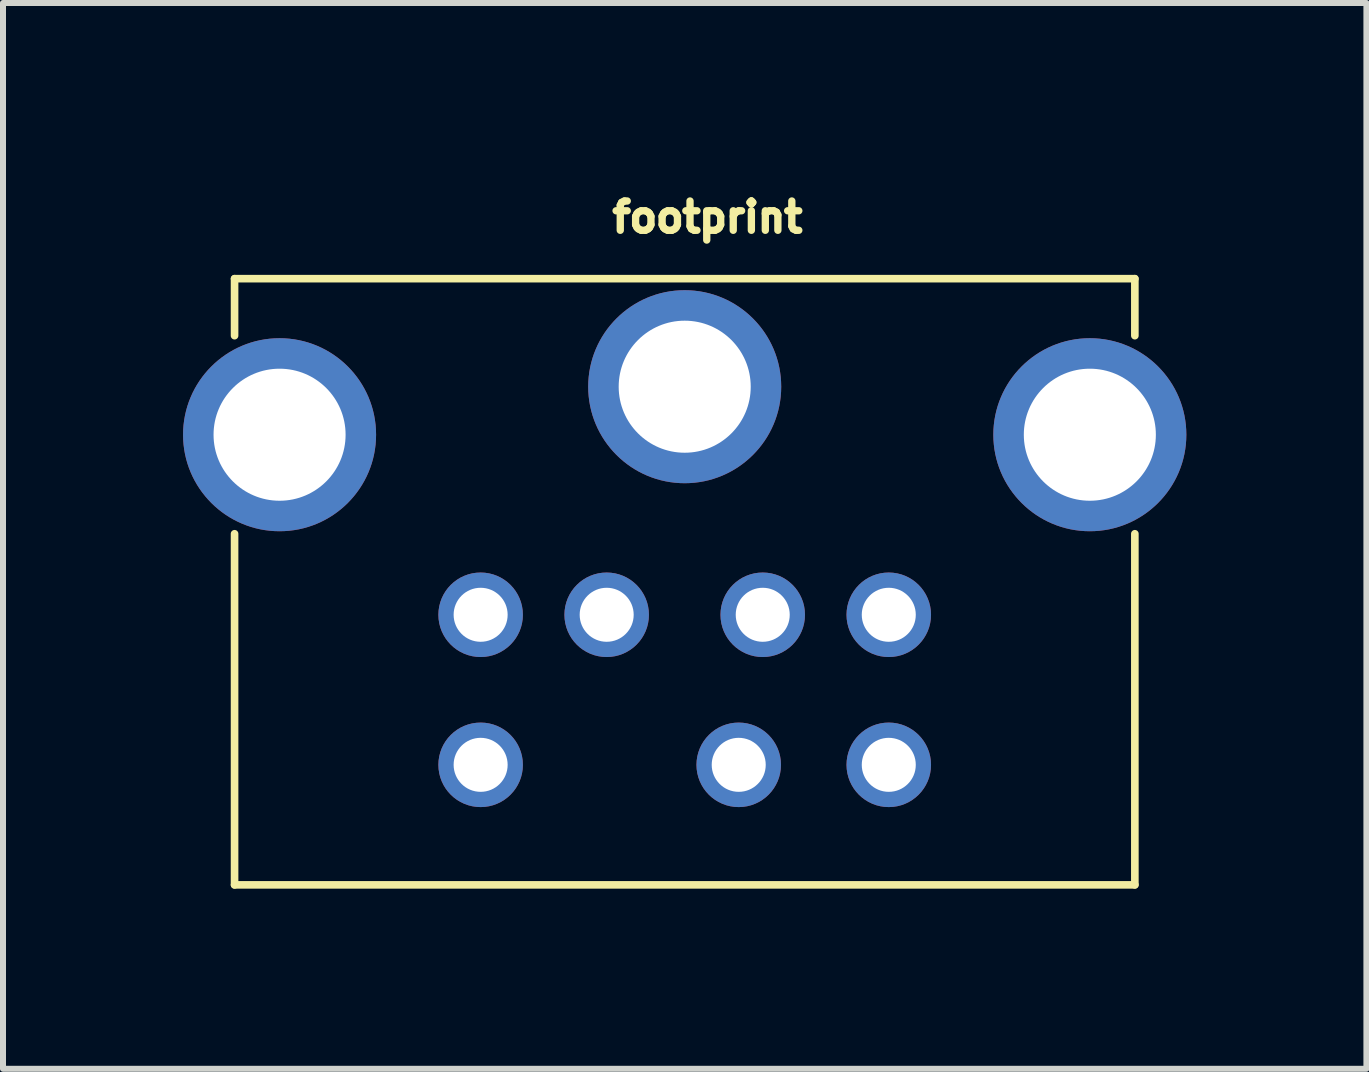
<source format=kicad_pcb>
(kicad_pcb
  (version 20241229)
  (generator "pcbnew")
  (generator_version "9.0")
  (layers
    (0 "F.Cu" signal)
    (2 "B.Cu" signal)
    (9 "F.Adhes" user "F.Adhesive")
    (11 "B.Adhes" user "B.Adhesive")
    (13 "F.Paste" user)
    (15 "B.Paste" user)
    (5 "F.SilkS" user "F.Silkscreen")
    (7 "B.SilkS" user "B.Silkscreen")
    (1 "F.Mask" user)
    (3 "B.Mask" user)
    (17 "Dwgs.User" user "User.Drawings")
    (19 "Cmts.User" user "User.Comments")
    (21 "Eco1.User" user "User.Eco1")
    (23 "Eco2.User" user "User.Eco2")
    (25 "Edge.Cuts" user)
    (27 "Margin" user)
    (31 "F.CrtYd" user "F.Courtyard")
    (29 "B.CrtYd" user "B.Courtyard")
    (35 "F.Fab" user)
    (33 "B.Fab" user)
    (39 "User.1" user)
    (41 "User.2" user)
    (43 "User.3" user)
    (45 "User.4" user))
  (footprint "footprint"
    (layer "F.Cu")
    (at 8.358 3.393)
    (property "Reference" "footprint" (at -1.27 -2.54 0) (layer "F.SilkS") (effects (font (size 0.488 0.488) (thickness 0.122)) (justify left bottom)))
    (fp_line (start -7.5 -1.8) (end -7.5 -0.85) (stroke (width 0.127) (type solid)) (layer "F.SilkS"))
    (fp_line (start -7.5 -1.8) (end 7.5 -1.8) (stroke (width 0.127) (type solid)) (layer "F.SilkS"))
    (fp_line (start -7.5 8.3) (end -7.5 2.45) (stroke (width 0.127) (type solid)) (layer "F.SilkS"))
    (fp_line (start -7.5 8.3) (end 7.5 8.3) (stroke (width 0.127) (type solid)) (layer "F.SilkS"))
    (fp_line (start 7.5 -1.8) (end 7.5 -0.85) (stroke (width 0.127) (type solid)) (layer "F.SilkS"))
    (fp_line (start 7.5 8.3) (end 7.5 2.45) (stroke (width 0.127) (type solid)) (layer "F.SilkS"))
    (pad "1" thru_hole circle (at 1.3 3.8) (size 1.408 1.408) (drill 0.9) (layers "*.Cu" "*.Mask"))
    (pad "2" thru_hole circle (at -1.3 3.8) (size 1.408 1.408) (drill 0.9) (layers "*.Cu" "*.Mask"))
    (pad "3" thru_hole circle (at -3.4 3.8) (size 1.408 1.408) (drill 0.9) (layers "*.Cu" "*.Mask"))
    (pad "4" thru_hole circle (at 3.4 3.8) (size 1.408 1.408) (drill 0.9) (layers "*.Cu" "*.Mask"))
    (pad "5" thru_hole circle (at -3.4 6.3) (size 1.408 1.408) (drill 0.9) (layers "*.Cu" "*.Mask"))
    (pad "6" thru_hole circle (at 0.9 6.3) (size 1.408 1.408) (drill 0.9) (layers "*.Cu" "*.Mask"))
    (pad "7" thru_hole circle (at 3.4 6.3) (size 1.408 1.408) (drill 0.9) (layers "*.Cu" "*.Mask"))
    (pad "P$1" thru_hole circle (at 0 0) (size 3.216 3.216) (drill 2.2) (layers "*.Cu" "*.Mask"))
    (pad "P$2" thru_hole circle (at -6.75 0.8) (size 3.216 3.216) (drill 2.2) (layers "*.Cu" "*.Mask"))
    (pad "P$3" thru_hole circle (at 6.75 0.8) (size 3.216 3.216) (drill 2.2) (layers "*.Cu" "*.Mask")))
  (gr_rect
    (start -3 -3)
    (end 19.716 14.757)
    (stroke (width 0.1) (type default))
    (fill no)
    (layer "Edge.Cuts")))
</source>
